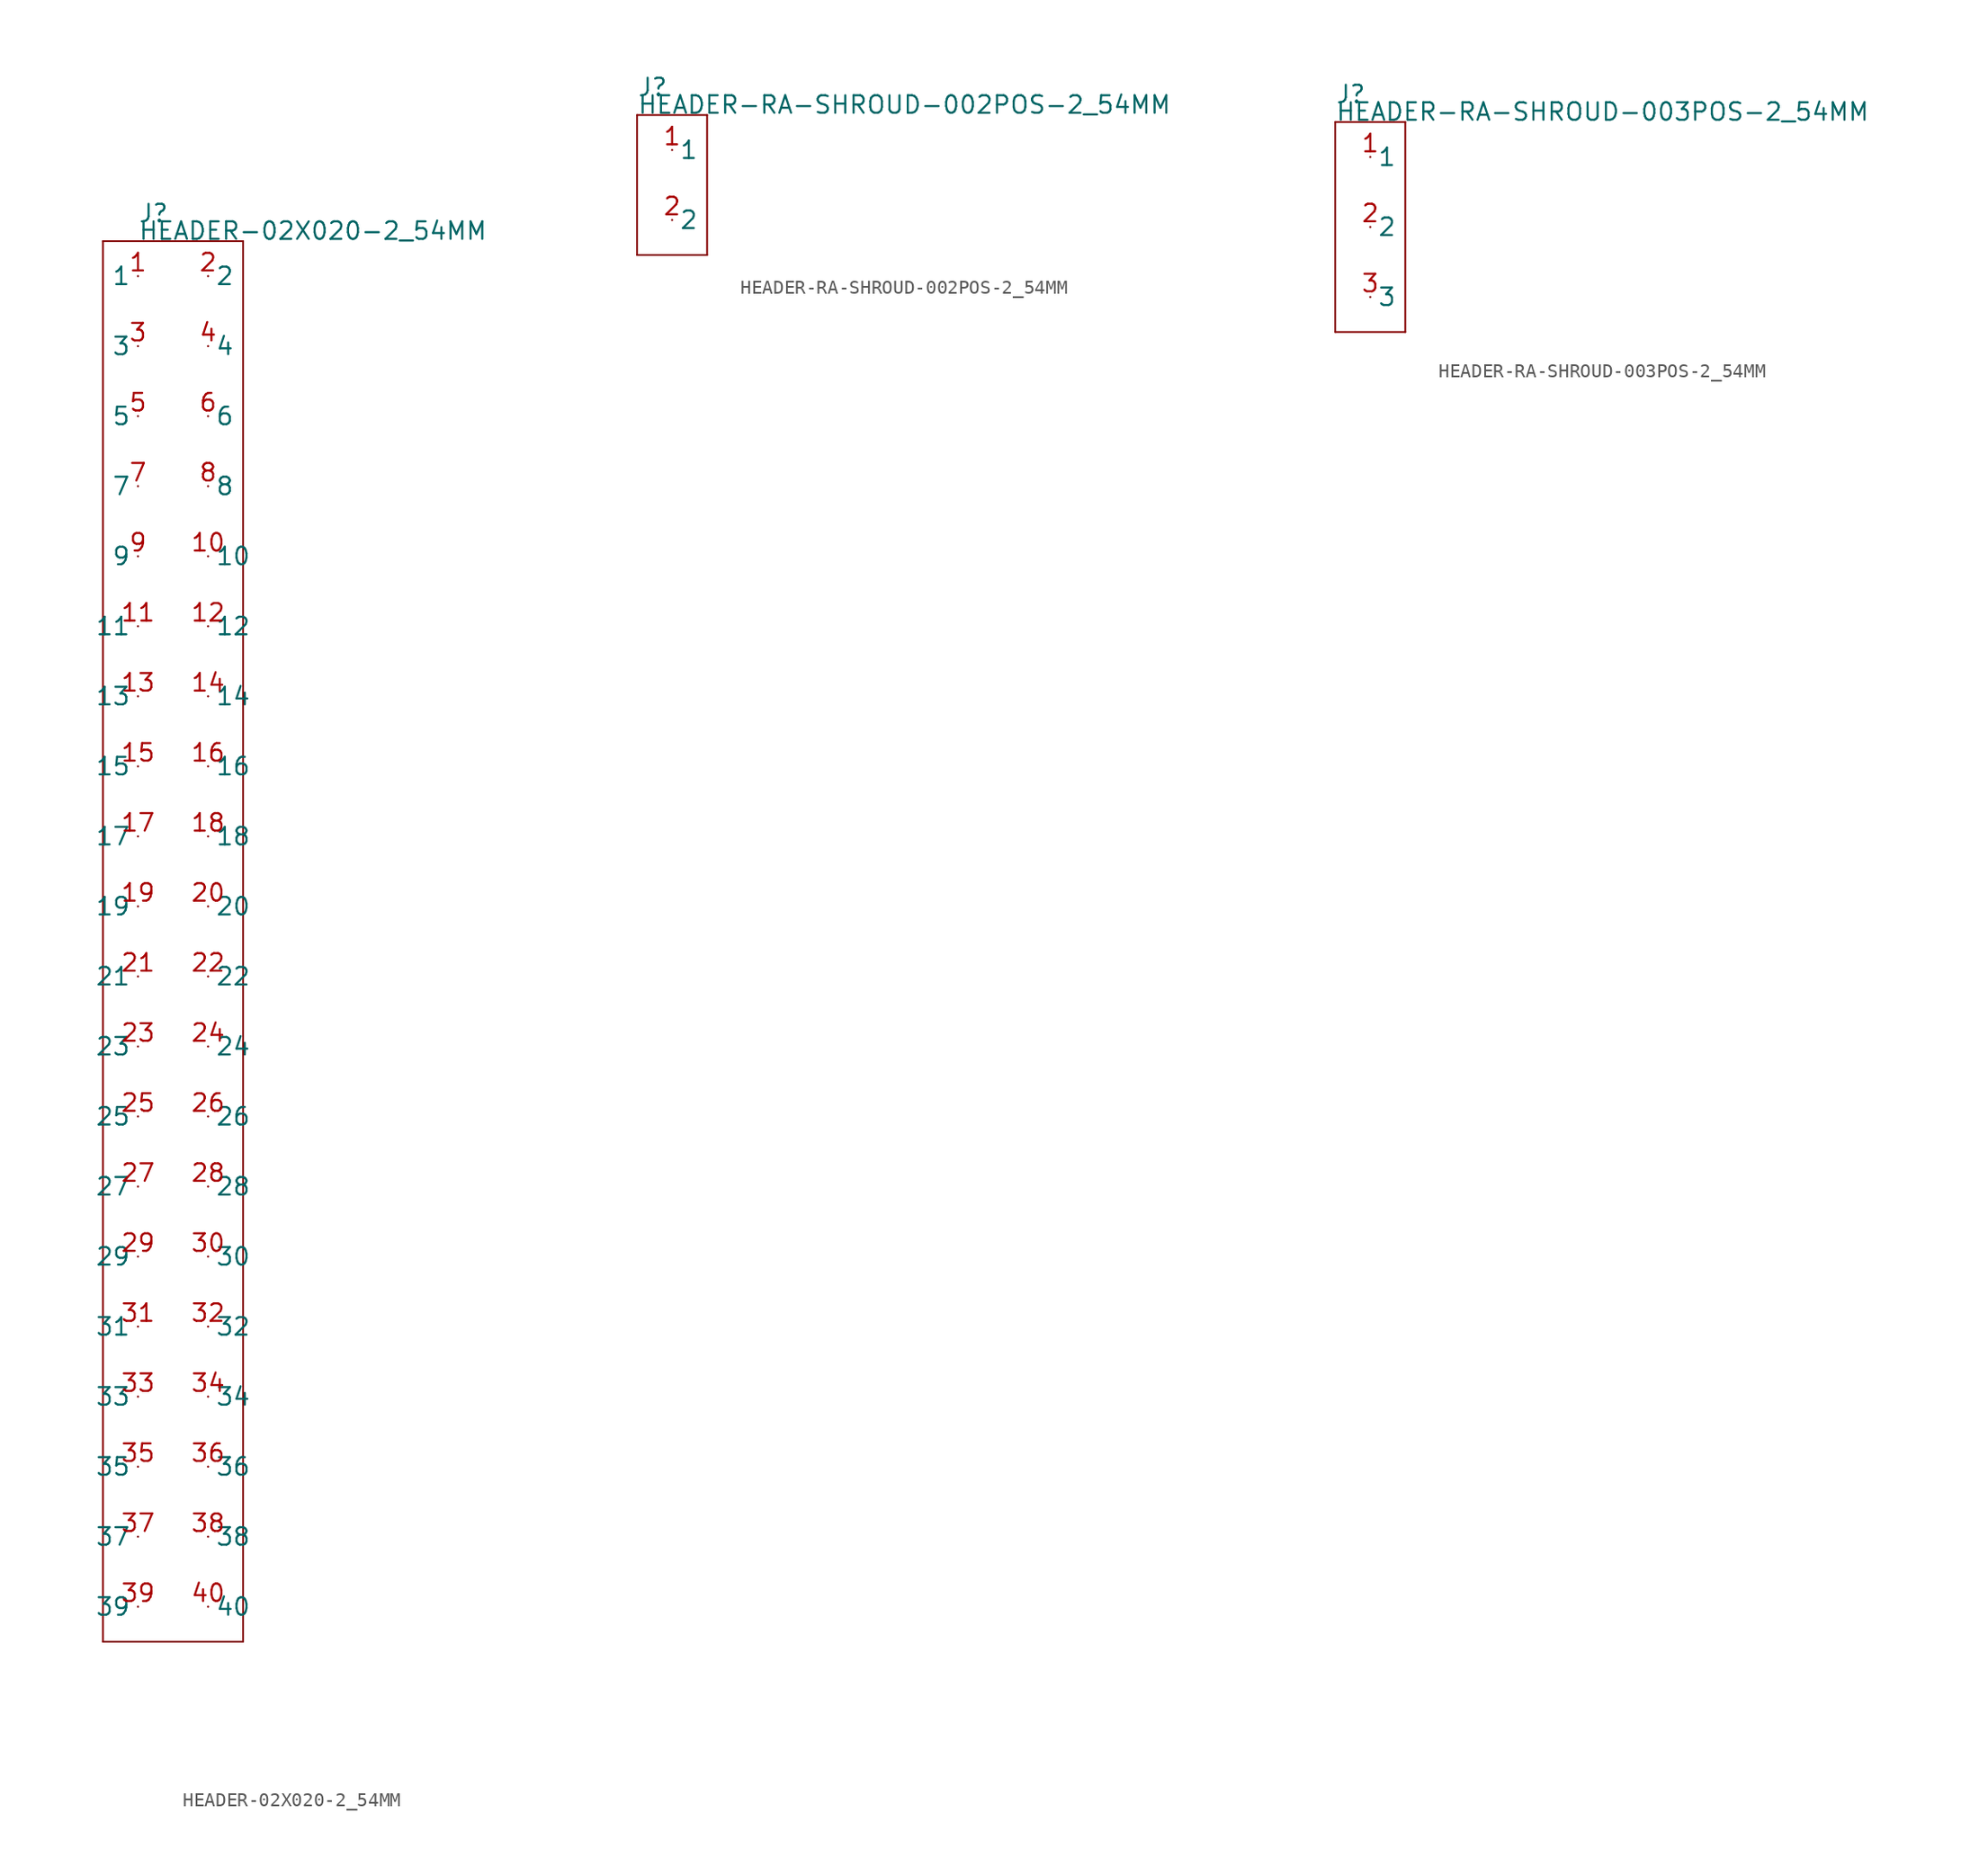
<source format=kicad_sym>
(kicad_symbol_lib
  (version 20211014)
  (generator kicad_symbol_editor)
  (symbol "HEADER-02X020-2_54MM"
    (pin_names)
    (property "Reference" "J"
      (at -2.54 46.99 0)
      (effects (font (size 1.27 1.27)) (justify left bottom)))
    (property "Value" "HEADER-02X020-2_54MM"
      (at -2.54 45.72 0)
      (effects (font (size 1.27 1.27)) (justify left bottom)))
    (property "Datasheet" ""
      (at 0 0 0))
    (property "ki_description" "Header 2x20  - Header Vertical 2x20POS 2.54MM Technical Specifications: Pitch: 0.1\" (2.54mm) Rows: 2 "
      (at 0 0 0))
    (property "ki_fp_filters" "FlashPCB_Connectors:HEADER-THT-02X020-2_54MM FlashPCB_Connectors:HEADER-THT-NOSILK-02X020-2_54MM"
      (at 0 0 0))
    (symbol "HEADER-02X020-2_54MM_1_1"
      (polyline (pts (xy -5.08 45.72) (xy 5.08 45.72)) (stroke (width 0.127)) (fill (type none)))
      (polyline (pts (xy 5.08 45.72) (xy 5.08 -55.88)) (stroke (width 0.127)) (fill (type none)))
      (polyline (pts (xy 5.08 -55.88) (xy -5.08 -55.88)) (stroke (width 0.127)) (fill (type none)))
      (polyline (pts (xy -5.08 -55.88) (xy -5.08 45.72)) (stroke (width 0.127)) (fill (type none)))
      (pin bidirectional line (at -2.54 43.18 180) (length 0) (name "1" (effects (font (size 1.27 1.27)))) (number "1" (effects (font (size 1.27 1.27)))))
      (pin bidirectional line (at 2.54 43.18 0) (length 0) (name "2" (effects (font (size 1.27 1.27)))) (number "2" (effects (font (size 1.27 1.27)))))
      (pin bidirectional line (at -2.54 38.1 180) (length 0) (name "3" (effects (font (size 1.27 1.27)))) (number "3" (effects (font (size 1.27 1.27)))))
      (pin bidirectional line (at 2.54 38.1 0) (length 0) (name "4" (effects (font (size 1.27 1.27)))) (number "4" (effects (font (size 1.27 1.27)))))
      (pin bidirectional line (at -2.54 33.02 180) (length 0) (name "5" (effects (font (size 1.27 1.27)))) (number "5" (effects (font (size 1.27 1.27)))))
      (pin bidirectional line (at 2.54 33.02 0) (length 0) (name "6" (effects (font (size 1.27 1.27)))) (number "6" (effects (font (size 1.27 1.27)))))
      (pin bidirectional line (at -2.54 27.94 180) (length 0) (name "7" (effects (font (size 1.27 1.27)))) (number "7" (effects (font (size 1.27 1.27)))))
      (pin bidirectional line (at 2.54 27.94 0) (length 0) (name "8" (effects (font (size 1.27 1.27)))) (number "8" (effects (font (size 1.27 1.27)))))
      (pin bidirectional line (at -2.54 22.86 180) (length 0) (name "9" (effects (font (size 1.27 1.27)))) (number "9" (effects (font (size 1.27 1.27)))))
      (pin bidirectional line (at 2.54 22.86 0) (length 0) (name "10" (effects (font (size 1.27 1.27)))) (number "10" (effects (font (size 1.27 1.27)))))
      (pin bidirectional line (at -2.54 17.78 180) (length 0) (name "11" (effects (font (size 1.27 1.27)))) (number "11" (effects (font (size 1.27 1.27)))))
      (pin bidirectional line (at 2.54 17.78 0) (length 0) (name "12" (effects (font (size 1.27 1.27)))) (number "12" (effects (font (size 1.27 1.27)))))
      (pin bidirectional line (at -2.54 12.7 180) (length 0) (name "13" (effects (font (size 1.27 1.27)))) (number "13" (effects (font (size 1.27 1.27)))))
      (pin bidirectional line (at 2.54 12.7 0) (length 0) (name "14" (effects (font (size 1.27 1.27)))) (number "14" (effects (font (size 1.27 1.27)))))
      (pin bidirectional line (at -2.54 7.62 180) (length 0) (name "15" (effects (font (size 1.27 1.27)))) (number "15" (effects (font (size 1.27 1.27)))))
      (pin bidirectional line (at 2.54 7.62 0) (length 0) (name "16" (effects (font (size 1.27 1.27)))) (number "16" (effects (font (size 1.27 1.27)))))
      (pin bidirectional line (at -2.54 2.54 180) (length 0) (name "17" (effects (font (size 1.27 1.27)))) (number "17" (effects (font (size 1.27 1.27)))))
      (pin bidirectional line (at 2.54 2.54 0) (length 0) (name "18" (effects (font (size 1.27 1.27)))) (number "18" (effects (font (size 1.27 1.27)))))
      (pin bidirectional line (at -2.54 -2.54 180) (length 0) (name "19" (effects (font (size 1.27 1.27)))) (number "19" (effects (font (size 1.27 1.27)))))
      (pin bidirectional line (at 2.54 -2.54 0) (length 0) (name "20" (effects (font (size 1.27 1.27)))) (number "20" (effects (font (size 1.27 1.27)))))
      (pin bidirectional line (at -2.54 -7.62 180) (length 0) (name "21" (effects (font (size 1.27 1.27)))) (number "21" (effects (font (size 1.27 1.27)))))
      (pin bidirectional line (at 2.54 -7.62 0) (length 0) (name "22" (effects (font (size 1.27 1.27)))) (number "22" (effects (font (size 1.27 1.27)))))
      (pin bidirectional line (at -2.54 -12.7 180) (length 0) (name "23" (effects (font (size 1.27 1.27)))) (number "23" (effects (font (size 1.27 1.27)))))
      (pin bidirectional line (at 2.54 -12.7 0) (length 0) (name "24" (effects (font (size 1.27 1.27)))) (number "24" (effects (font (size 1.27 1.27)))))
      (pin bidirectional line (at -2.54 -17.78 180) (length 0) (name "25" (effects (font (size 1.27 1.27)))) (number "25" (effects (font (size 1.27 1.27)))))
      (pin bidirectional line (at 2.54 -17.78 0) (length 0) (name "26" (effects (font (size 1.27 1.27)))) (number "26" (effects (font (size 1.27 1.27)))))
      (pin bidirectional line (at -2.54 -22.86 180) (length 0) (name "27" (effects (font (size 1.27 1.27)))) (number "27" (effects (font (size 1.27 1.27)))))
      (pin bidirectional line (at 2.54 -22.86 0) (length 0) (name "28" (effects (font (size 1.27 1.27)))) (number "28" (effects (font (size 1.27 1.27)))))
      (pin bidirectional line (at -2.54 -27.94 180) (length 0) (name "29" (effects (font (size 1.27 1.27)))) (number "29" (effects (font (size 1.27 1.27)))))
      (pin bidirectional line (at 2.54 -27.94 0) (length 0) (name "30" (effects (font (size 1.27 1.27)))) (number "30" (effects (font (size 1.27 1.27)))))
      (pin bidirectional line (at -2.54 -33.02 180) (length 0) (name "31" (effects (font (size 1.27 1.27)))) (number "31" (effects (font (size 1.27 1.27)))))
      (pin bidirectional line (at 2.54 -33.02 0) (length 0) (name "32" (effects (font (size 1.27 1.27)))) (number "32" (effects (font (size 1.27 1.27)))))
      (pin bidirectional line (at -2.54 -38.1 180) (length 0) (name "33" (effects (font (size 1.27 1.27)))) (number "33" (effects (font (size 1.27 1.27)))))
      (pin bidirectional line (at 2.54 -38.1 0) (length 0) (name "34" (effects (font (size 1.27 1.27)))) (number "34" (effects (font (size 1.27 1.27)))))
      (pin bidirectional line (at -2.54 -43.18 180) (length 0) (name "35" (effects (font (size 1.27 1.27)))) (number "35" (effects (font (size 1.27 1.27)))))
      (pin bidirectional line (at 2.54 -43.18 0) (length 0) (name "36" (effects (font (size 1.27 1.27)))) (number "36" (effects (font (size 1.27 1.27)))))
      (pin bidirectional line (at -2.54 -48.26 180) (length 0) (name "37" (effects (font (size 1.27 1.27)))) (number "37" (effects (font (size 1.27 1.27)))))
      (pin bidirectional line (at 2.54 -48.26 0) (length 0) (name "38" (effects (font (size 1.27 1.27)))) (number "38" (effects (font (size 1.27 1.27)))))
      (pin bidirectional line (at -2.54 -53.34 180) (length 0) (name "39" (effects (font (size 1.27 1.27)))) (number "39" (effects (font (size 1.27 1.27)))))
      (pin bidirectional line (at 2.54 -53.34 0) (length 0) (name "40" (effects (font (size 1.27 1.27)))) (number "40" (effects (font (size 1.27 1.27)))))))
  (symbol "HEADER-RA-SHROUD-002POS-2_54MM"
    (pin_names)
    (property "Reference" "J"
      (at -2.54 6.35 0)
      (effects (font (size 1.27 1.27)) (justify left bottom)))
    (property "Value" "HEADER-RA-SHROUD-002POS-2_54MM"
      (at -2.54 5.08 0)
      (effects (font (size 1.27 1.27)) (justify left bottom)))
    (property "Datasheet" ""
      (at 0 0 0))
    (property "ki_description" "Header RA Shroud 2POS  - Header Right Angle with Shroud 2POS 2.54MM Technical Specifications: Pitch: 0.1\" (2.54mm) "
      (at 0 0 0))
    (property "ki_fp_filters" "FlashPCB_Connectors:HEADER-RA-SHROUD-002POS-THT-2_54MM FlashPCB_Connectors:HEADER-RA-SHROUD-002POS-THT-LONG-2_54MM"
      (at 0 0 0))
    (symbol "HEADER-RA-SHROUD-002POS-2_54MM_1_1"
      (polyline (pts (xy -2.54 5.08) (xy 2.54 5.08)) (stroke (width 0.127)) (fill (type none)))
      (polyline (pts (xy 2.54 5.08) (xy 2.54 -5.08)) (stroke (width 0.127)) (fill (type none)))
      (polyline (pts (xy 2.54 -5.08) (xy -2.54 -5.08)) (stroke (width 0.127)) (fill (type none)))
      (polyline (pts (xy -2.54 -5.08) (xy -2.54 5.08)) (stroke (width 0.127)) (fill (type none)))
      (pin bidirectional line (at 0 2.54 0) (length 0) (name "1" (effects (font (size 1.27 1.27)))) (number "1" (effects (font (size 1.27 1.27)))))
      (pin bidirectional line (at 0 -2.54 0) (length 0) (name "2" (effects (font (size 1.27 1.27)))) (number "2" (effects (font (size 1.27 1.27)))))))
  (symbol "HEADER-RA-SHROUD-003POS-2_54MM"
    (pin_names)
    (property "Reference" "J"
      (at -2.54 8.89 0)
      (effects (font (size 1.27 1.27)) (justify left bottom)))
    (property "Value" "HEADER-RA-SHROUD-003POS-2_54MM"
      (at -2.54 7.62 0)
      (effects (font (size 1.27 1.27)) (justify left bottom)))
    (property "Datasheet" ""
      (at 0 0 0))
    (property "ki_description" "Header RA Shroud 3POS  - Header Right Angle with Shroud 3POS 2.54MM Technical Specifications: Pitch: 0.1\" (2.54mm) "
      (at 0 0 0))
    (property "ki_fp_filters" "FlashPCB_Connectors:HEADER-RA-SHROUD-003POS-THT-2_54MM FlashPCB_Connectors:HEADER-RA-SHROUD-003POS-THT-LONG-2_54MM"
      (at 0 0 0))
    (symbol "HEADER-RA-SHROUD-003POS-2_54MM_1_1"
      (polyline (pts (xy -2.54 7.62) (xy 2.54 7.62)) (stroke (width 0.127)) (fill (type none)))
      (polyline (pts (xy 2.54 7.62) (xy 2.54 -7.62)) (stroke (width 0.127)) (fill (type none)))
      (polyline (pts (xy 2.54 -7.62) (xy -2.54 -7.62)) (stroke (width 0.127)) (fill (type none)))
      (polyline (pts (xy -2.54 -7.62) (xy -2.54 7.62)) (stroke (width 0.127)) (fill (type none)))
      (pin bidirectional line (at 0 5.08 0) (length 0) (name "1" (effects (font (size 1.27 1.27)))) (number "1" (effects (font (size 1.27 1.27)))))
      (pin bidirectional line (at 0 0 0) (length 0) (name "2" (effects (font (size 1.27 1.27)))) (number "2" (effects (font (size 1.27 1.27)))))
      (pin bidirectional line (at 0 -5.08 0) (length 0) (name "3" (effects (font (size 1.27 1.27)))) (number "3" (effects (font (size 1.27 1.27))))))))
</source>
